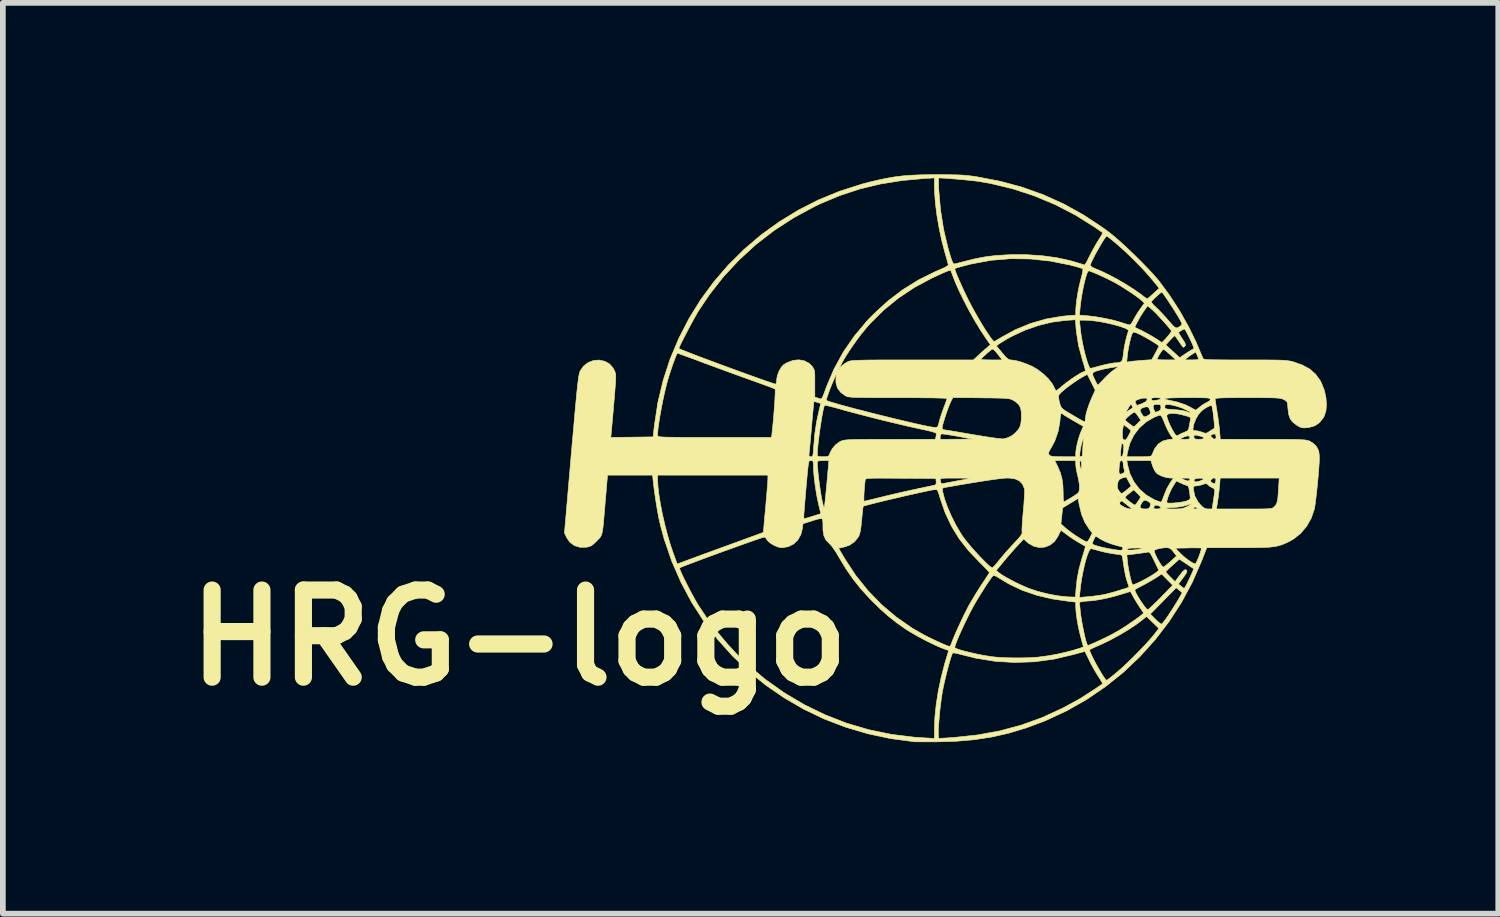
<source format=kicad_pcb>
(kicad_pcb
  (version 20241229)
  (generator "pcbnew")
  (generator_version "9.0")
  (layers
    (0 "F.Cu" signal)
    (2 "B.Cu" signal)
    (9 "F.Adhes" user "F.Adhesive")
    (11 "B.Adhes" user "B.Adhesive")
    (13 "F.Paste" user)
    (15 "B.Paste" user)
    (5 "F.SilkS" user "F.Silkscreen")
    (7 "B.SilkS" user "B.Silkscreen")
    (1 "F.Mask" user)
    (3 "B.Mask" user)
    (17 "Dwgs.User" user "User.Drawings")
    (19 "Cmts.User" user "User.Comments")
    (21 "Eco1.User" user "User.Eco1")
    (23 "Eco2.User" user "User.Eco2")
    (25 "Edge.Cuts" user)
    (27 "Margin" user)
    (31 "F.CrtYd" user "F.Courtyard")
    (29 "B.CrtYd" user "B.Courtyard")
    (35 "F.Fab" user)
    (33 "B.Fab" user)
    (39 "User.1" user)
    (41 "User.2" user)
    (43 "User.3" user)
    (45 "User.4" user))
  (footprint "HRG-logo"
    (layer "F.Cu")
    (at 13.331 4.956)
    (property "Reference" "HRG-logo" (at -7.3 3.15 0) (layer "F.SilkS") (effects (font (size 1.524 1.524) (thickness 0.3))))
    (attr through_hole)
    (fp_poly (pts (xy 0.147 -4.951) (xy 0.268 -4.949) (xy 0.368 -4.947) (xy 0.454 -4.943) (xy 0.531 -4.936) (xy 0.607 -4.928) (xy 0.686 -4.916) (xy 0.709 -4.913) (xy 1.115 -4.835) (xy 1.502 -4.731) (xy 1.872 -4.598) (xy 2.228 -4.437) (xy 2.574 -4.245) (xy 2.911 -4.022) (xy 3.009 -3.95) (xy 3.098 -3.879) (xy 3.204 -3.788) (xy 3.32 -3.682) (xy 3.441 -3.567) (xy 3.562 -3.448) (xy 3.676 -3.331) (xy 3.779 -3.222) (xy 3.864 -3.125) (xy 3.899 -3.082) (xy 4.082 -2.834) (xy 4.254 -2.568) (xy 4.409 -2.293) (xy 4.541 -2.022) (xy 4.559 -1.979) (xy 4.593 -1.899) (xy 4.623 -1.829) (xy 4.646 -1.774) (xy 4.658 -1.743) (xy 4.66 -1.74) (xy 4.664 -1.733) (xy 4.674 -1.727) (xy 4.691 -1.722) (xy 4.721 -1.718) (xy 4.764 -1.715) (xy 4.825 -1.713) (xy 4.905 -1.712) (xy 5.01 -1.711) (xy 5.14 -1.71) (xy 5.3 -1.71) (xy 5.395 -1.71) (xy 5.572 -1.71) (xy 5.719 -1.71) (xy 5.839 -1.709) (xy 5.936 -1.708) (xy 6.014 -1.706) (xy 6.075 -1.703) (xy 6.123 -1.699) (xy 6.163 -1.694) (xy 6.196 -1.688) (xy 6.228 -1.68) (xy 6.244 -1.676) (xy 6.4 -1.621) (xy 6.528 -1.551) (xy 6.63 -1.462) (xy 6.71 -1.353) (xy 6.737 -1.3) (xy 6.784 -1.179) (xy 6.812 -1.055) (xy 6.822 -0.933) (xy 6.813 -0.823) (xy 6.784 -0.73) (xy 6.766 -0.696) (xy 6.698 -0.613) (xy 6.62 -0.559) (xy 6.526 -0.531) (xy 6.493 -0.526) (xy 6.432 -0.521) (xy 6.389 -0.525) (xy 6.351 -0.539) (xy 6.302 -0.569) (xy 6.299 -0.57) (xy 6.233 -0.621) (xy 6.189 -0.679) (xy 6.162 -0.752) (xy 6.149 -0.849) (xy 6.148 -0.86) (xy 6.143 -0.924) (xy 6.136 -0.963) (xy 6.123 -0.987) (xy 6.099 -1.004) (xy 6.075 -1.017) (xy 6.056 -1.026) (xy 6.034 -1.033) (xy 6.005 -1.039) (xy 5.967 -1.043) (xy 5.914 -1.046) (xy 5.844 -1.048) (xy 5.753 -1.049) (xy 5.636 -1.05) (xy 5.491 -1.05) (xy 5.442 -1.05) (xy 5.286 -1.05) (xy 5.16 -1.049) (xy 5.061 -1.048) (xy 4.987 -1.046) (xy 4.935 -1.043) (xy 4.901 -1.039) (xy 4.882 -1.034) (xy 4.875 -1.028) (xy 4.874 -1.026) (xy 4.877 -1.001) (xy 4.885 -0.95) (xy 4.895 -0.881) (xy 4.907 -0.81) (xy 4.922 -0.714) (xy 4.936 -0.61) (xy 4.948 -0.516) (xy 4.952 -0.47) (xy 4.964 -0.322) (xy 5.711 -0.321) (xy 5.891 -0.321) (xy 6.04 -0.321) (xy 6.162 -0.32) (xy 6.259 -0.319) (xy 6.336 -0.317) (xy 6.395 -0.314) (xy 6.439 -0.311) (xy 6.472 -0.306) (xy 6.497 -0.301) (xy 6.517 -0.294) (xy 6.527 -0.29) (xy 6.579 -0.259) (xy 6.624 -0.221) (xy 6.633 -0.212) (xy 6.656 -0.179) (xy 6.674 -0.146) (xy 6.687 -0.107) (xy 6.694 -0.06) (xy 6.697 0.001) (xy 6.695 0.081) (xy 6.688 0.183) (xy 6.678 0.312) (xy 6.671 0.385) (xy 6.66 0.507) (xy 6.647 0.623) (xy 6.635 0.728) (xy 6.624 0.814) (xy 6.614 0.877) (xy 6.609 0.902) (xy 6.555 1.059) (xy 6.474 1.201) (xy 6.371 1.323) (xy 6.248 1.421) (xy 6.172 1.465) (xy 6.113 1.493) (xy 6.059 1.516) (xy 6.006 1.534) (xy 5.951 1.548) (xy 5.887 1.558) (xy 5.812 1.566) (xy 5.721 1.57) (xy 5.61 1.573) (xy 5.474 1.574) (xy 5.308 1.575) (xy 5.289 1.575) (xy 4.728 1.575) (xy 4.638 1.806) (xy 4.477 2.175) (xy 4.287 2.529) (xy 4.069 2.866) (xy 3.826 3.183) (xy 3.558 3.48) (xy 3.268 3.755) (xy 2.956 4.005) (xy 2.626 4.23) (xy 2.277 4.428) (xy 1.913 4.597) (xy 1.877 4.612) (xy 1.565 4.728) (xy 1.263 4.819) (xy 0.962 4.887) (xy 0.653 4.934) (xy 0.33 4.961) (xy 0.082 4.969) (xy -0.035 4.971) (xy -0.146 4.971) (xy -0.243 4.971) (xy -0.322 4.97) (xy -0.376 4.969) (xy -0.392 4.968) (xy -0.804 4.913) (xy -1.204 4.828) (xy -1.591 4.713) (xy -1.965 4.57) (xy -2.322 4.399) (xy -2.663 4.201) (xy -2.986 3.979) (xy -3.29 3.732) (xy -3.573 3.463) (xy -3.834 3.171) (xy -4.071 2.859) (xy -4.284 2.527) (xy -4.471 2.176) (xy -4.579 1.928) (xy -4.493 1.928) (xy -4.491 1.947) (xy -4.474 1.99) (xy -4.446 2.053) (xy -4.408 2.131) (xy -4.364 2.218) (xy -4.317 2.31) (xy -4.267 2.403) (xy -4.219 2.49) (xy -4.174 2.567) (xy -4.159 2.591) (xy -4.009 2.816) (xy -3.838 3.043) (xy -3.654 3.262) (xy -3.465 3.465) (xy -3.313 3.611) (xy -2.994 3.878) (xy -2.659 4.115) (xy -2.31 4.322) (xy -1.947 4.498) (xy -1.572 4.644) (xy -1.185 4.758) (xy -0.788 4.84) (xy -0.381 4.89) (xy -0.239 4.899) (xy -0.175 4.903) (xy -0.115 4.906) (xy -0.091 4.908) (xy -0.036 4.911) (xy -0.036 4.801) (xy 0.032 4.801) (xy 0.033 4.864) (xy 0.038 4.901) (xy 0.044 4.91) (xy 0.065 4.909) (xy 0.113 4.906) (xy 0.182 4.902) (xy 0.267 4.896) (xy 0.311 4.893) (xy 0.717 4.85) (xy 1.106 4.779) (xy 1.483 4.678) (xy 1.848 4.546) (xy 2.205 4.382) (xy 2.481 4.232) (xy 2.544 4.194) (xy 2.619 4.146) (xy 2.7 4.094) (xy 2.778 4.043) (xy 2.845 3.997) (xy 2.895 3.962) (xy 2.907 3.953) (xy 2.9 3.938) (xy 2.879 3.902) (xy 2.847 3.85) (xy 2.825 3.816) (xy 2.774 3.734) (xy 2.721 3.639) (xy 2.675 3.551) (xy 2.67 3.539) (xy 2.64 3.476) (xy 2.615 3.426) (xy 2.6 3.396) (xy 2.597 3.391) (xy 2.581 3.393) (xy 2.538 3.404) (xy 2.475 3.421) (xy 2.399 3.442) (xy 2.392 3.444) (xy 2.054 3.524) (xy 1.713 3.57) (xy 1.371 3.582) (xy 1.03 3.562) (xy 0.69 3.507) (xy 0.439 3.445) (xy 0.373 3.428) (xy 0.32 3.417) (xy 0.288 3.415) (xy 0.283 3.416) (xy 0.271 3.441) (xy 0.253 3.492) (xy 0.231 3.565) (xy 0.206 3.653) (xy 0.181 3.751) (xy 0.156 3.852) (xy 0.133 3.95) (xy 0.114 4.041) (xy 0.108 4.071) (xy 0.091 4.172) (xy 0.076 4.283) (xy 0.062 4.397) (xy 0.051 4.511) (xy 0.042 4.62) (xy 0.035 4.718) (xy 0.032 4.801) (xy -0.036 4.801) (xy -0.036 4.745) (xy -0.028 4.542) (xy -0.005 4.317) (xy 0.032 4.081) (xy 0.082 3.843) (xy 0.142 3.61) (xy 0.156 3.562) (xy 0.214 3.373) (xy 0.112 3.336) (xy 0.07 3.319) (xy 0.319 3.319) (xy 0.335 3.333) (xy 0.379 3.351) (xy 0.446 3.372) (xy 0.53 3.394) (xy 0.627 3.417) (xy 0.731 3.44) (xy 0.836 3.46) (xy 0.938 3.476) (xy 1.014 3.486) (xy 1.118 3.495) (xy 1.246 3.5) (xy 1.386 3.502) (xy 1.527 3.501) (xy 1.659 3.497) (xy 1.77 3.489) (xy 1.789 3.487) (xy 1.961 3.464) (xy 2.139 3.431) (xy 2.309 3.391) (xy 2.428 3.358) (xy 2.428 3.358) (xy 2.68 3.358) (xy 2.681 3.378) (xy 2.698 3.421) (xy 2.726 3.481) (xy 2.762 3.553) (xy 2.803 3.63) (xy 2.847 3.706) (xy 2.889 3.777) (xy 2.926 3.836) (xy 2.956 3.877) (xy 2.975 3.894) (xy 2.976 3.895) (xy 2.993 3.884) (xy 3.03 3.856) (xy 3.083 3.814) (xy 3.146 3.762) (xy 3.157 3.753) (xy 3.243 3.678) (xy 3.34 3.587) (xy 3.444 3.486) (xy 3.547 3.381) (xy 3.645 3.279) (xy 3.73 3.185) (xy 3.797 3.106) (xy 3.811 3.089) (xy 3.89 2.986) (xy 3.675 2.777) (xy 3.627 2.816) (xy 3.506 2.909) (xy 3.362 3.005) (xy 3.204 3.1) (xy 3.042 3.188) (xy 2.885 3.264) (xy 2.855 3.277) (xy 2.786 3.307) (xy 2.729 3.333) (xy 2.691 3.351) (xy 2.68 3.358) (xy 2.428 3.358) (xy 2.49 3.338) (xy 2.538 3.322) (xy 2.565 3.312) (xy 2.568 3.311) (xy 2.566 3.294) (xy 2.555 3.252) (xy 2.539 3.192) (xy 2.529 3.156) (xy 2.501 3.049) (xy 2.476 2.93) (xy 2.456 2.811) (xy 2.442 2.701) (xy 2.436 2.612) (xy 2.436 2.605) (xy 2.436 2.528) (xy 2.501 2.528) (xy 2.512 2.648) (xy 2.521 2.734) (xy 2.535 2.829) (xy 2.553 2.927) (xy 2.572 3.024) (xy 2.591 3.114) (xy 2.61 3.19) (xy 2.628 3.247) (xy 2.642 3.28) (xy 2.649 3.285) (xy 2.666 3.279) (xy 2.708 3.261) (xy 2.769 3.235) (xy 2.84 3.203) (xy 2.935 3.158) (xy 3.039 3.106) (xy 3.137 3.053) (xy 3.183 3.027) (xy 3.248 2.987) (xy 3.321 2.94) (xy 3.396 2.889) (xy 3.469 2.839) (xy 3.533 2.793) (xy 3.583 2.754) (xy 3.606 2.735) (xy 3.741 2.735) (xy 3.829 2.824) (xy 3.874 2.867) (xy 3.911 2.898) (xy 3.933 2.912) (xy 3.934 2.912) (xy 3.95 2.899) (xy 3.98 2.863) (xy 4.019 2.81) (xy 4.057 2.756) (xy 4.109 2.676) (xy 4.163 2.592) (xy 4.21 2.515) (xy 4.231 2.481) (xy 4.299 2.362) (xy 4.246 2.318) (xy 4.192 2.275) (xy 3.967 2.505) (xy 3.741 2.735) (xy 3.606 2.735) (xy 3.614 2.728) (xy 3.621 2.718) (xy 3.612 2.701) (xy 3.589 2.665) (xy 3.564 2.629) (xy 3.518 2.559) (xy 3.465 2.471) (xy 3.402 2.357) (xy 3.393 2.342) (xy 3.378 2.345) (xy 3.336 2.357) (xy 3.276 2.376) (xy 3.213 2.395) (xy 3.11 2.425) (xy 2.998 2.453) (xy 2.887 2.476) (xy 2.785 2.494) (xy 2.701 2.504) (xy 2.664 2.506) (xy 2.605 2.51) (xy 2.555 2.517) (xy 2.501 2.528) (xy 2.436 2.528) (xy 2.436 2.526) (xy 2.339 2.516) (xy 2.035 2.472) (xy 1.912 2.444) (xy 2.5 2.444) (xy 2.648 2.432) (xy 2.737 2.423) (xy 2.834 2.41) (xy 2.919 2.396) (xy 2.925 2.395) (xy 2.979 2.383) (xy 3.047 2.365) (xy 3.122 2.344) (xy 3.198 2.321) (xy 3.227 2.312) (xy 3.469 2.312) (xy 3.478 2.342) (xy 3.501 2.389) (xy 3.535 2.447) (xy 3.575 2.51) (xy 3.615 2.569) (xy 3.652 2.618) (xy 3.68 2.65) (xy 3.694 2.659) (xy 3.712 2.647) (xy 3.749 2.615) (xy 3.801 2.566) (xy 3.864 2.505) (xy 3.923 2.445) (xy 4.132 2.231) (xy 4.036 2.133) (xy 3.939 2.035) (xy 3.827 2.108) (xy 3.751 2.154) (xy 3.665 2.203) (xy 3.592 2.242) (xy 3.535 2.271) (xy 3.492 2.296) (xy 3.47 2.31) (xy 3.469 2.312) (xy 3.227 2.312) (xy 3.268 2.3) (xy 3.323 2.281) (xy 3.359 2.268) (xy 3.367 2.262) (xy 3.362 2.245) (xy 3.349 2.205) (xy 3.335 2.163) (xy 3.319 2.11) (xy 3.304 2.047) (xy 3.289 1.969) (xy 3.272 1.869) (xy 3.255 1.751) (xy 3.25 1.723) (xy 3.238 1.706) (xy 3.226 1.701) (xy 3.33 1.701) (xy 3.341 1.824) (xy 3.349 1.885) (xy 3.362 1.96) (xy 3.378 2.04) (xy 3.395 2.115) (xy 3.412 2.176) (xy 3.426 2.216) (xy 3.429 2.221) (xy 3.446 2.221) (xy 3.487 2.206) (xy 3.544 2.18) (xy 3.612 2.146) (xy 3.683 2.108) (xy 3.751 2.068) (xy 3.802 2.036) (xy 3.848 2.004) (xy 3.856 1.997) (xy 4.011 1.997) (xy 4.022 2.014) (xy 4.051 2.046) (xy 4.092 2.088) (xy 4.173 2.168) (xy 4.254 2.058) (xy 4.304 1.995) (xy 4.34 1.963) (xy 4.359 1.958) (xy 4.378 1.972) (xy 4.38 1.995) (xy 4.362 2.032) (xy 4.324 2.087) (xy 4.307 2.109) (xy 4.232 2.21) (xy 4.278 2.248) (xy 4.311 2.273) (xy 4.333 2.286) (xy 4.334 2.286) (xy 4.345 2.272) (xy 4.367 2.233) (xy 4.396 2.175) (xy 4.425 2.115) (xy 4.456 2.047) (xy 4.481 1.991) (xy 4.496 1.954) (xy 4.499 1.942) (xy 4.483 1.931) (xy 4.446 1.907) (xy 4.395 1.872) (xy 4.371 1.857) (xy 4.249 1.775) (xy 4.13 1.88) (xy 4.078 1.927) (xy 4.038 1.966) (xy 4.014 1.991) (xy 4.011 1.997) (xy 3.856 1.997) (xy 3.879 1.978) (xy 3.888 1.966) (xy 3.878 1.947) (xy 3.858 1.905) (xy 3.829 1.846) (xy 3.807 1.799) (xy 3.771 1.727) (xy 3.746 1.682) (xy 3.726 1.657) (xy 3.709 1.65) (xy 3.698 1.651) (xy 3.667 1.657) (xy 3.611 1.665) (xy 3.541 1.675) (xy 3.497 1.681) (xy 3.33 1.701) (xy 3.226 1.701) (xy 3.213 1.696) (xy 3.165 1.69) (xy 3.131 1.686) (xy 3.056 1.675) (xy 2.967 1.658) (xy 2.881 1.638) (xy 2.873 1.636) (xy 2.838 1.626) (xy 3.808 1.626) (xy 3.815 1.659) (xy 3.836 1.708) (xy 3.864 1.766) (xy 3.896 1.823) (xy 3.927 1.872) (xy 3.953 1.905) (xy 3.966 1.913) (xy 3.987 1.902) (xy 4.025 1.874) (xy 4.074 1.832) (xy 4.093 1.816) (xy 4.2 1.719) (xy 4.144 1.647) (xy 4.108 1.604) (xy 4.079 1.583) (xy 4.179 1.583) (xy 4.256 1.664) (xy 4.307 1.712) (xy 4.365 1.761) (xy 4.423 1.804) (xy 4.475 1.837) (xy 4.513 1.855) (xy 4.527 1.857) (xy 4.54 1.84) (xy 4.561 1.798) (xy 4.586 1.74) (xy 4.593 1.721) (xy 4.615 1.66) (xy 4.629 1.612) (xy 4.634 1.585) (xy 4.634 1.582) (xy 4.614 1.579) (xy 4.568 1.578) (xy 4.501 1.577) (xy 4.419 1.578) (xy 4.402 1.579) (xy 4.179 1.583) (xy 4.079 1.583) (xy 4.078 1.583) (xy 4.041 1.575) (xy 4.013 1.575) (xy 3.958 1.579) (xy 3.9 1.588) (xy 3.85 1.602) (xy 3.816 1.616) (xy 3.808 1.626) (xy 2.838 1.626) (xy 2.806 1.617) (xy 2.75 1.602) (xy 2.713 1.592) (xy 2.707 1.59) (xy 2.687 1.601) (xy 2.664 1.642) (xy 2.638 1.706) (xy 2.612 1.79) (xy 2.586 1.89) (xy 2.562 2) (xy 2.54 2.117) (xy 2.522 2.235) (xy 2.512 2.327) (xy 2.5 2.444) (xy 1.912 2.444) (xy 1.755 2.407) (xy 1.499 2.319) (xy 1.264 2.207) (xy 1.109 2.114) (xy 1.052 2.078) (xy 1.015 2.062) (xy 0.992 2.064) (xy 0.987 2.067) (xy 0.967 2.091) (xy 0.932 2.139) (xy 0.887 2.205) (xy 0.836 2.284) (xy 0.782 2.37) (xy 0.728 2.457) (xy 0.678 2.541) (xy 0.641 2.608) (xy 0.594 2.695) (xy 0.545 2.792) (xy 0.495 2.895) (xy 0.447 2.997) (xy 0.403 3.095) (xy 0.366 3.181) (xy 0.339 3.252) (xy 0.323 3.301) (xy 0.319 3.319) (xy 0.07 3.319) (xy 0.018 3.298) (xy -0.094 3.245) (xy -0.216 3.184) (xy -0.338 3.118) (xy -0.451 3.053) (xy -0.536 3) (xy -0.694 2.889) (xy -0.839 2.774) (xy -0.982 2.648) (xy -1.132 2.501) (xy -1.163 2.469) (xy -1.322 2.295) (xy -1.46 2.122) (xy -1.587 1.938) (xy -1.704 1.744) (xy -1.757 1.655) (xy -1.805 1.583) (xy -1.713 1.583) (xy -1.602 1.771) (xy -1.412 2.06) (xy -1.197 2.327) (xy -0.96 2.571) (xy -0.702 2.789) (xy -0.426 2.981) (xy -0.231 3.093) (xy -0.153 3.133) (xy -0.069 3.174) (xy 0.016 3.214) (xy 0.094 3.25) (xy 0.161 3.278) (xy 0.208 3.296) (xy 0.229 3.301) (xy 0.246 3.287) (xy 0.259 3.257) (xy 0.274 3.214) (xy 0.301 3.147) (xy 0.337 3.062) (xy 0.38 2.966) (xy 0.427 2.866) (xy 0.474 2.766) (xy 0.52 2.675) (xy 0.56 2.597) (xy 0.567 2.584) (xy 0.616 2.5) (xy 0.675 2.401) (xy 0.738 2.3) (xy 0.791 2.218) (xy 0.839 2.147) (xy 0.879 2.085) (xy 0.909 2.039) (xy 0.924 2.014) (xy 0.926 2.012) (xy 0.916 1.996) (xy 0.895 1.973) (xy 1.045 1.973) (xy 1.098 2.017) (xy 1.144 2.049) (xy 1.214 2.091) (xy 1.3 2.138) (xy 1.394 2.187) (xy 1.49 2.232) (xy 1.579 2.271) (xy 1.606 2.283) (xy 1.766 2.337) (xy 1.943 2.382) (xy 2.122 2.416) (xy 2.291 2.434) (xy 2.345 2.436) (xy 2.431 2.438) (xy 2.442 2.289) (xy 2.46 2.12) (xy 2.493 1.949) (xy 2.543 1.766) (xy 2.557 1.722) (xy 2.578 1.653) (xy 2.594 1.597) (xy 2.603 1.561) (xy 2.603 1.551) (xy 2.587 1.541) (xy 2.548 1.518) (xy 2.525 1.504) (xy 2.724 1.504) (xy 2.74 1.518) (xy 2.783 1.536) (xy 2.849 1.555) (xy 2.931 1.574) (xy 3.024 1.593) (xy 3.123 1.61) (xy 3.22 1.623) (xy 3.226 1.623) (xy 3.248 1.612) (xy 3.253 1.603) (xy 3.333 1.603) (xy 3.349 1.615) (xy 3.395 1.618) (xy 3.467 1.612) (xy 3.563 1.597) (xy 3.596 1.591) (xy 3.618 1.586) (xy 3.612 1.582) (xy 3.576 1.58) (xy 3.507 1.579) (xy 3.499 1.58) (xy 3.419 1.581) (xy 3.368 1.585) (xy 3.341 1.593) (xy 3.333 1.603) (xy 3.253 1.603) (xy 3.256 1.598) (xy 3.262 1.579) (xy 3.259 1.568) (xy 3.24 1.559) (xy 3.197 1.548) (xy 3.177 1.543) (xy 3.067 1.511) (xy 2.963 1.472) (xy 2.877 1.429) (xy 2.85 1.412) (xy 2.812 1.388) (xy 2.787 1.375) (xy 2.783 1.375) (xy 2.769 1.398) (xy 2.75 1.437) (xy 2.733 1.476) (xy 2.724 1.502) (xy 2.724 1.504) (xy 2.525 1.504) (xy 2.495 1.487) (xy 2.476 1.476) (xy 2.404 1.432) (xy 2.33 1.382) (xy 2.269 1.338) (xy 2.268 1.337) (xy 2.222 1.302) (xy 2.189 1.279) (xy 2.175 1.273) (xy 2.166 1.29) (xy 2.147 1.329) (xy 2.125 1.376) (xy 2.066 1.464) (xy 1.989 1.527) (xy 1.9 1.563) (xy 1.804 1.572) (xy 1.708 1.552) (xy 1.617 1.502) (xy 1.589 1.48) (xy 1.526 1.422) (xy 1.419 1.536) (xy 1.363 1.598) (xy 1.295 1.675) (xy 1.225 1.756) (xy 1.179 1.811) (xy 1.045 1.973) (xy 0.895 1.973) (xy 0.886 1.962) (xy 0.839 1.914) (xy 0.781 1.855) (xy 0.751 1.826) (xy 0.558 1.623) (xy 0.395 1.415) (xy 0.261 1.196) (xy 0.151 0.961) (xy 0.063 0.705) (xy 0.06 0.694) (xy 0.039 0.625) (xy 0.023 0.583) (xy 0.009 0.562) (xy -0.007 0.555) (xy -0.022 0.556) (xy -0.066 0.563) (xy -0.135 0.577) (xy -0.224 0.596) (xy -0.329 0.619) (xy -0.446 0.645) (xy -0.57 0.673) (xy -0.696 0.703) (xy -0.821 0.732) (xy -0.939 0.76) (xy -1.047 0.787) (xy -1.139 0.81) (xy -1.212 0.829) (xy -1.261 0.842) (xy -1.281 0.85) (xy -1.281 0.85) (xy -1.285 0.868) (xy -1.291 0.914) (xy -1.298 0.981) (xy -1.306 1.063) (xy -1.308 1.088) (xy -1.319 1.195) (xy -1.33 1.273) (xy -1.343 1.33) (xy -1.358 1.371) (xy -1.364 1.382) (xy -1.431 1.468) (xy -1.521 1.531) (xy -1.619 1.564) (xy -1.713 1.583) (xy -1.805 1.583) (xy -1.807 1.58) (xy -1.85 1.525) (xy -1.874 1.502) (xy -1.933 1.441) (xy -1.969 1.366) (xy -1.985 1.271) (xy -1.986 1.211) (xy -1.986 1.149) (xy -1.99 1.099) (xy -1.996 1.072) (xy -1.996 1.072) (xy -2.012 1.065) (xy -2.046 1.068) (xy -2.103 1.082) (xy -2.172 1.103) (xy -2.335 1.155) (xy -2.345 1.237) (xy -2.373 1.347) (xy -2.426 1.44) (xy -2.501 1.511) (xy -2.595 1.557) (xy -2.702 1.575) (xy -2.71 1.575) (xy -2.765 1.565) (xy -2.83 1.539) (xy -2.893 1.503) (xy -2.944 1.463) (xy -2.969 1.43) (xy -2.99 1.399) (xy -3.009 1.389) (xy -3.032 1.394) (xy -3.082 1.41) (xy -3.156 1.435) (xy -3.25 1.468) (xy -3.36 1.507) (xy -3.482 1.55) (xy -3.611 1.597) (xy -3.745 1.645) (xy -3.879 1.694) (xy -4.01 1.742) (xy -4.132 1.787) (xy -4.243 1.829) (xy -4.338 1.865) (xy -4.414 1.894) (xy -4.467 1.916) (xy -4.492 1.927) (xy -4.493 1.928) (xy -4.579 1.928) (xy -4.631 1.809) (xy -4.763 1.424) (xy -4.829 1.179) (xy -4.858 1.051) (xy -4.886 0.898) (xy -4.913 0.73) (xy -4.938 0.555) (xy -4.956 0.402) (xy -4.966 0.305) (xy -4.879 0.305) (xy -4.879 0.377) (xy -4.872 0.5) (xy -4.855 0.648) (xy -4.828 0.815) (xy -4.793 0.993) (xy -4.751 1.175) (xy -4.704 1.356) (xy -4.653 1.529) (xy -4.599 1.686) (xy -4.597 1.692) (xy -4.535 1.86) (xy -4.398 1.809) (xy -4.351 1.791) (xy -4.276 1.764) (xy -4.179 1.728) (xy -4.064 1.685) (xy -3.934 1.638) (xy -3.796 1.587) (xy -3.652 1.535) (xy -3.644 1.532) (xy -3.028 1.307) (xy -3.022 1.233) (xy -3.018 1.195) (xy -3.013 1.128) (xy -3.005 1.041) (xy -3.004 1.029) (xy -2.321 1.029) (xy -2.32 1.051) (xy -2.318 1.063) (xy -2.314 1.067) (xy -2.312 1.067) (xy -2.292 1.062) (xy -2.248 1.049) (xy -2.188 1.031) (xy -2.162 1.023) (xy -2.023 0.98) (xy -2.061 0.821) (xy -2.084 0.716) (xy -2.105 0.596) (xy -2.124 0.47) (xy -2.139 0.347) (xy -2.149 0.238) (xy -2.153 0.151) (xy -2.153 0.151) (xy -2.154 0.095) (xy -2.158 0.072) (xy -2.085 0.072) (xy -2.082 0.151) (xy -2.073 0.253) (xy -2.06 0.368) (xy -2.044 0.489) (xy -2.027 0.606) (xy -2.009 0.712) (xy -1.991 0.798) (xy -1.98 0.838) (xy -1.975 0.855) (xy -1.971 0.866) (xy -1.967 0.869) (xy -1.963 0.861) (xy -1.958 0.841) (xy -1.953 0.804) (xy -1.947 0.748) (xy -1.944 0.722) (xy -1.27 0.722) (xy -1.269 0.755) (xy -1.267 0.762) (xy -1.248 0.758) (xy -1.202 0.747) (xy -1.133 0.731) (xy -1.048 0.71) (xy -0.95 0.686) (xy -0.947 0.685) (xy -0.823 0.655) (xy -0.683 0.622) (xy -0.543 0.59) (xy -0.415 0.562) (xy -0.358 0.55) (xy -0.343 0.547) (xy 0.103 0.547) (xy 0.107 0.584) (xy 0.107 0.587) (xy 0.14 0.718) (xy 0.193 0.866) (xy 0.261 1.023) (xy 0.341 1.181) (xy 0.431 1.333) (xy 0.457 1.374) (xy 0.497 1.428) (xy 0.55 1.494) (xy 0.612 1.568) (xy 0.68 1.644) (xy 0.749 1.719) (xy 0.816 1.788) (xy 0.876 1.848) (xy 0.926 1.894) (xy 0.962 1.921) (xy 0.978 1.927) (xy 0.994 1.913) (xy 1.027 1.877) (xy 1.069 1.827) (xy 1.105 1.783) (xy 1.165 1.711) (xy 1.238 1.627) (xy 1.313 1.544) (xy 1.361 1.493) (xy 1.424 1.425) (xy 1.465 1.377) (xy 1.489 1.342) (xy 1.498 1.317) (xy 1.497 1.301) (xy 1.495 1.272) (xy 1.497 1.216) (xy 1.501 1.158) (xy 2.177 1.158) (xy 2.258 1.231) (xy 2.303 1.268) (xy 2.362 1.312) (xy 2.428 1.358) (xy 2.495 1.401) (xy 2.556 1.438) (xy 2.603 1.463) (xy 2.63 1.473) (xy 2.631 1.473) (xy 2.648 1.459) (xy 2.672 1.423) (xy 2.687 1.396) (xy 2.725 1.318) (xy 2.676 1.256) (xy 2.596 1.132) (xy 2.537 0.99) (xy 2.498 0.826) (xy 2.493 0.799) (xy 3.203 0.799) (xy 3.206 0.812) (xy 3.234 0.837) (xy 3.28 0.863) (xy 3.333 0.885) (xy 3.378 0.896) (xy 3.384 0.896) (xy 3.427 0.896) (xy 3.385 0.867) (xy 3.373 0.858) (xy 3.562 0.858) (xy 3.573 0.883) (xy 3.612 0.895) (xy 3.658 0.897) (xy 3.701 0.893) (xy 3.711 0.886) (xy 3.801 0.886) (xy 3.818 0.895) (xy 3.86 0.897) (xy 3.908 0.892) (xy 3.914 0.887) (xy 4.003 0.887) (xy 4.024 0.893) (xy 4.079 0.896) (xy 4.144 0.897) (xy 4.225 0.896) (xy 4.283 0.89) (xy 4.322 0.881) (xy 4.493 0.881) (xy 4.499 0.893) (xy 4.527 0.897) (xy 4.557 0.892) (xy 4.561 0.881) (xy 4.537 0.865) (xy 4.527 0.864) (xy 4.499 0.874) (xy 4.493 0.881) (xy 4.322 0.881) (xy 4.329 0.879) (xy 4.376 0.859) (xy 4.384 0.855) (xy 4.43 0.831) (xy 4.46 0.813) (xy 4.468 0.807) (xy 4.453 0.809) (xy 4.416 0.819) (xy 4.371 0.834) (xy 4.297 0.853) (xy 4.208 0.866) (xy 4.142 0.871) (xy 4.062 0.875) (xy 4.016 0.881) (xy 4.003 0.887) (xy 3.914 0.887) (xy 3.926 0.876) (xy 3.926 0.874) (xy 3.911 0.853) (xy 3.874 0.836) (xy 3.831 0.83) (xy 3.811 0.844) (xy 3.803 0.864) (xy 3.801 0.886) (xy 3.711 0.886) (xy 3.725 0.876) (xy 3.737 0.848) (xy 3.746 0.813) (xy 3.736 0.79) (xy 3.703 0.765) (xy 3.701 0.764) (xy 3.659 0.744) (xy 3.628 0.748) (xy 3.599 0.779) (xy 3.576 0.818) (xy 3.562 0.858) (xy 3.373 0.858) (xy 3.344 0.836) (xy 3.297 0.798) (xy 3.289 0.792) (xy 3.254 0.764) (xy 3.232 0.757) (xy 3.216 0.77) (xy 3.203 0.799) (xy 2.493 0.799) (xy 2.478 0.713) (xy 2.343 0.795) (xy 2.207 0.877) (xy 2.192 1.017) (xy 2.177 1.158) (xy 1.501 1.158) (xy 1.502 1.138) (xy 1.509 1.043) (xy 1.518 0.938) (xy 1.519 0.924) (xy 1.529 0.816) (xy 1.535 0.718) (xy 1.54 0.636) (xy 1.541 0.575) (xy 1.539 0.542) (xy 1.538 0.541) (xy 1.504 0.461) (xy 1.451 0.406) (xy 1.376 0.371) (xy 1.275 0.357) (xy 1.236 0.356) (xy 1.186 0.359) (xy 1.106 0.367) (xy 1 0.381) (xy 0.872 0.4) (xy 0.725 0.423) (xy 0.564 0.449) (xy 0.391 0.478) (xy 0.21 0.51) (xy 0.153 0.52) (xy 0.115 0.529) (xy 0.103 0.547) (xy -0.343 0.547) (xy -0.263 0.53) (xy -0.176 0.511) (xy -0.105 0.496) (xy -0.057 0.486) (xy -0.039 0.482) (xy -0.012 0.47) (xy -0.004 0.442) (xy -0.006 0.419) (xy -0.009 0.38) (xy 0.065 0.38) (xy 0.069 0.407) (xy 0.078 0.438) (xy 0.087 0.456) (xy 0.088 0.457) (xy 0.105 0.454) (xy 0.149 0.446) (xy 0.215 0.433) (xy 0.298 0.418) (xy 0.353 0.407) (xy 0.616 0.359) (xy 0.341 0.357) (xy 0.236 0.357) (xy 0.16 0.358) (xy 0.11 0.361) (xy 0.081 0.366) (xy 0.067 0.374) (xy 0.065 0.38) (xy -0.009 0.38) (xy -0.011 0.364) (xy -0.623 0.36) (xy -0.784 0.359) (xy -0.914 0.358) (xy -1.017 0.358) (xy -1.095 0.359) (xy -1.153 0.361) (xy -1.193 0.363) (xy -1.22 0.367) (xy -1.235 0.373) (xy -1.242 0.379) (xy -1.245 0.385) (xy -1.25 0.416) (xy -1.256 0.469) (xy -1.261 0.534) (xy -1.266 0.603) (xy -1.269 0.668) (xy -1.27 0.722) (xy -1.944 0.722) (xy -1.939 0.671) (xy -1.929 0.57) (xy -1.917 0.442) (xy -1.903 0.285) (xy -1.892 0.165) (xy -1.882 0.051) (xy 2.069 0.051) (xy 2.118 0.148) (xy 2.166 0.26) (xy 2.196 0.371) (xy 2.212 0.494) (xy 2.216 0.606) (xy 2.217 0.678) (xy 2.22 0.734) (xy 2.225 0.767) (xy 2.229 0.774) (xy 2.248 0.763) (xy 2.289 0.739) (xy 2.343 0.708) (xy 2.351 0.703) (xy 2.364 0.695) (xy 3.3 0.695) (xy 3.312 0.711) (xy 3.343 0.74) (xy 3.384 0.773) (xy 3.426 0.804) (xy 3.458 0.824) (xy 3.471 0.829) (xy 3.486 0.817) (xy 3.511 0.784) (xy 3.526 0.762) (xy 3.552 0.722) (xy 3.568 0.694) (xy 3.571 0.688) (xy 3.56 0.673) (xy 3.532 0.642) (xy 3.511 0.622) (xy 3.452 0.562) (xy 3.376 0.621) (xy 3.334 0.655) (xy 3.307 0.683) (xy 3.3 0.695) (xy 2.364 0.695) (xy 2.379 0.686) (xy 3.164 0.686) (xy 3.173 0.694) (xy 3.181 0.686) (xy 3.173 0.677) (xy 3.164 0.686) (xy 2.379 0.686) (xy 2.408 0.668) (xy 2.454 0.636) (xy 2.481 0.614) (xy 2.483 0.612) (xy 2.5 0.568) (xy 2.501 0.511) (xy 3.164 0.511) (xy 3.173 0.547) (xy 3.196 0.586) (xy 3.222 0.617) (xy 3.24 0.625) (xy 3.261 0.615) (xy 3.298 0.588) (xy 3.331 0.561) (xy 3.406 0.497) (xy 3.365 0.422) (xy 3.341 0.378) (xy 3.325 0.347) (xy 3.321 0.34) (xy 3.304 0.341) (xy 3.266 0.35) (xy 3.251 0.355) (xy 3.203 0.379) (xy 3.176 0.418) (xy 3.165 0.479) (xy 3.164 0.511) (xy 2.501 0.511) (xy 2.502 0.496) (xy 2.489 0.4) (xy 2.47 0.313) (xy 2.456 0.251) (xy 3.192 0.251) (xy 3.201 0.283) (xy 3.224 0.288) (xy 3.264 0.272) (xy 3.266 0.271) (xy 3.286 0.254) (xy 3.288 0.226) (xy 3.281 0.199) (xy 3.27 0.145) (xy 3.266 0.097) (xy 3.257 0.06) (xy 3.24 0.051) (xy 3.33 0.051) (xy 3.342 0.123) (xy 3.384 0.281) (xy 3.455 0.424) (xy 3.552 0.551) (xy 3.672 0.655) (xy 3.811 0.735) (xy 3.841 0.747) (xy 3.888 0.765) (xy 3.921 0.776) (xy 3.929 0.778) (xy 3.933 0.773) (xy 4.028 0.773) (xy 4.032 0.787) (xy 4.049 0.794) (xy 4.085 0.795) (xy 4.146 0.793) (xy 4.167 0.791) (xy 4.243 0.784) (xy 4.315 0.772) (xy 4.369 0.759) (xy 4.375 0.757) (xy 4.419 0.738) (xy 4.437 0.717) (xy 4.438 0.692) (xy 4.427 0.602) (xy 4.417 0.541) (xy 4.408 0.506) (xy 4.404 0.501) (xy 4.493 0.501) (xy 4.498 0.574) (xy 4.521 0.674) (xy 4.574 0.772) (xy 4.63 0.838) (xy 4.675 0.877) (xy 4.717 0.894) (xy 4.755 0.897) (xy 4.821 0.897) (xy 4.897 0.897) (xy 5.382 0.897) (xy 5.523 0.897) (xy 5.634 0.897) (xy 5.719 0.896) (xy 5.782 0.894) (xy 5.827 0.891) (xy 5.858 0.886) (xy 5.879 0.88) (xy 5.894 0.872) (xy 5.905 0.862) (xy 5.93 0.835) (xy 5.948 0.806) (xy 5.961 0.766) (xy 5.971 0.71) (xy 5.978 0.631) (xy 5.983 0.555) (xy 5.995 0.356) (xy 4.963 0.356) (xy 4.951 0.494) (xy 4.942 0.584) (xy 4.93 0.682) (xy 4.918 0.765) (xy 4.897 0.897) (xy 4.821 0.897) (xy 4.84 0.775) (xy 4.85 0.705) (xy 4.86 0.642) (xy 4.867 0.599) (xy 4.868 0.56) (xy 4.85 0.538) (xy 4.825 0.526) (xy 4.779 0.5) (xy 4.746 0.473) (xy 4.718 0.452) (xy 4.687 0.458) (xy 4.684 0.459) (xy 4.647 0.473) (xy 4.593 0.486) (xy 4.572 0.489) (xy 4.493 0.501) (xy 4.404 0.501) (xy 4.397 0.492) (xy 4.394 0.491) (xy 4.369 0.484) (xy 4.325 0.467) (xy 4.285 0.449) (xy 4.196 0.407) (xy 4.146 0.486) (xy 4.111 0.547) (xy 4.079 0.616) (xy 4.051 0.685) (xy 4.033 0.743) (xy 4.028 0.773) (xy 3.933 0.773) (xy 3.94 0.764) (xy 3.956 0.726) (xy 3.969 0.69) (xy 4.026 0.546) (xy 4.094 0.428) (xy 4.107 0.411) (xy 4.146 0.358) (xy 4.273 0.358) (xy 4.341 0.39) (xy 4.393 0.407) (xy 4.423 0.401) (xy 4.426 0.394) (xy 4.505 0.394) (xy 4.513 0.418) (xy 4.547 0.423) (xy 4.607 0.408) (xy 4.612 0.407) (xy 4.792 0.407) (xy 4.806 0.427) (xy 4.815 0.434) (xy 4.85 0.454) (xy 4.87 0.45) (xy 4.881 0.43) (xy 4.888 0.385) (xy 4.873 0.358) (xy 4.843 0.355) (xy 4.808 0.38) (xy 4.805 0.383) (xy 4.792 0.407) (xy 4.612 0.407) (xy 4.618 0.405) (xy 4.659 0.385) (xy 4.669 0.37) (xy 4.647 0.36) (xy 4.595 0.359) (xy 4.591 0.359) (xy 4.538 0.366) (xy 4.511 0.38) (xy 4.505 0.394) (xy 4.426 0.394) (xy 4.434 0.37) (xy 4.434 0.368) (xy 4.419 0.361) (xy 4.38 0.357) (xy 4.354 0.357) (xy 4.273 0.358) (xy 4.146 0.358) (xy 4.148 0.356) (xy 4.09 0.356) (xy 4.017 0.346) (xy 3.94 0.322) (xy 3.873 0.288) (xy 3.846 0.267) (xy 3.819 0.23) (xy 3.792 0.176) (xy 3.779 0.141) (xy 3.751 0.051) (xy 3.33 0.051) (xy 3.24 0.051) (xy 3.222 0.055) (xy 3.209 0.07) (xy 3.202 0.105) (xy 3.196 0.164) (xy 3.194 0.191) (xy 3.192 0.251) (xy 2.456 0.251) (xy 2.453 0.241) (xy 2.441 0.172) (xy 2.436 0.12) (xy 2.436 0.116) (xy 2.436 0.103) (xy 2.505 0.103) (xy 2.512 0.154) (xy 2.514 0.165) (xy 2.526 0.197) (xy 2.533 0.196) (xy 2.537 0.162) (xy 2.538 0.127) (xy 2.534 0.082) (xy 2.526 0.054) (xy 2.521 0.051) (xy 2.508 0.065) (xy 2.505 0.103) (xy 2.436 0.103) (xy 2.436 0.051) (xy 2.069 0.051) (xy -1.882 0.051) (xy -1.983 0.051) (xy -2.047 0.054) (xy -2.08 0.063) (xy -2.085 0.072) (xy -2.158 0.072) (xy -2.159 0.065) (xy -2.172 0.053) (xy -2.194 0.051) (xy -2.206 0.051) (xy -2.216 0.052) (xy -2.225 0.058) (xy -2.232 0.073) (xy -2.238 0.099) (xy -2.244 0.141) (xy -2.251 0.201) (xy -2.259 0.282) (xy -2.269 0.389) (xy -2.281 0.524) (xy -2.289 0.615) (xy -2.3 0.75) (xy -2.309 0.856) (xy -2.315 0.935) (xy -2.319 0.991) (xy -2.321 1.029) (xy -3.004 1.029) (xy -2.995 0.938) (xy -2.985 0.827) (xy -2.982 0.792) (xy -2.972 0.68) (xy -2.964 0.577) (xy -2.956 0.487) (xy -2.951 0.417) (xy -2.949 0.373) (xy -2.949 0.365) (xy -2.949 0.305) (xy -4.879 0.305) (xy -4.966 0.305) (xy -5.754 0.305) (xy -5.792 0.749) (xy -5.805 0.907) (xy -5.816 1.036) (xy -5.825 1.137) (xy -5.833 1.217) (xy -5.842 1.277) (xy -5.851 1.322) (xy -5.862 1.356) (xy -5.875 1.382) (xy -5.891 1.403) (xy -5.911 1.424) (xy -5.936 1.449) (xy -5.944 1.458) (xy -5.996 1.508) (xy -6.035 1.538) (xy -6.073 1.555) (xy -6.118 1.565) (xy -6.127 1.566) (xy -6.237 1.567) (xy -6.332 1.538) (xy -6.41 1.482) (xy -6.468 1.4) (xy -6.47 1.395) (xy -6.507 1.316) (xy -6.391 -0.03) (xy -2.23 -0.03) (xy -2.214 -0.018) (xy -2.197 -0.017) (xy -2.18 -0.018) (xy -2.169 -0.027) (xy -2.161 -0.047) (xy -2.085 -0.047) (xy -2.08 -0.03) (xy -2.059 -0.021) (xy -2.016 -0.017) (xy -1.985 -0.017) (xy -1.929 -0.018) (xy -1.897 -0.024) (xy -1.88 -0.039) (xy -1.867 -0.069) (xy -1.867 -0.07) (xy 1.96 -0.07) (xy 1.97 -0.052) (xy 1.974 -0.047) (xy 1.99 -0.034) (xy 2.015 -0.026) (xy 2.054 -0.02) (xy 2.115 -0.018) (xy 2.202 -0.017) (xy 2.218 -0.017) (xy 2.436 -0.017) (xy 2.436 -0.057) (xy 2.506 -0.057) (xy 2.508 -0.028) (xy 2.519 -0.018) (xy 2.527 -0.017) (xy 2.549 -0.031) (xy 2.555 -0.064) (xy 2.555 -0.069) (xy 3.219 -0.069) (xy 3.22 -0.034) (xy 3.228 -0.019) (xy 3.237 -0.017) (xy 3.329 -0.017) (xy 3.544 -0.017) (xy 3.633 -0.017) (xy 3.695 -0.019) (xy 3.733 -0.024) (xy 3.755 -0.031) (xy 3.766 -0.042) (xy 3.768 -0.047) (xy 3.817 -0.158) (xy 3.88 -0.24) (xy 3.959 -0.292) (xy 4.054 -0.317) (xy 4.06 -0.318) (xy 4.117 -0.323) (xy 4.256 -0.323) (xy 4.345 -0.322) (xy 4.4 -0.324) (xy 4.427 -0.332) (xy 4.434 -0.348) (xy 4.423 -0.373) (xy 4.502 -0.373) (xy 4.508 -0.342) (xy 4.513 -0.333) (xy 4.538 -0.325) (xy 4.58 -0.322) (xy 4.627 -0.324) (xy 4.665 -0.33) (xy 4.679 -0.337) (xy 4.673 -0.355) (xy 4.635 -0.372) (xy 4.565 -0.389) (xy 4.562 -0.39) (xy 4.798 -0.39) (xy 4.801 -0.373) (xy 4.816 -0.354) (xy 4.852 -0.326) (xy 4.879 -0.327) (xy 4.891 -0.355) (xy 4.891 -0.363) (xy 4.883 -0.405) (xy 4.856 -0.417) (xy 4.823 -0.406) (xy 4.798 -0.39) (xy 4.562 -0.39) (xy 4.524 -0.395) (xy 4.505 -0.389) (xy 4.502 -0.373) (xy 4.423 -0.373) (xy 4.422 -0.376) (xy 4.388 -0.382) (xy 4.335 -0.364) (xy 4.321 -0.358) (xy 4.256 -0.323) (xy 4.117 -0.323) (xy 4.142 -0.326) (xy 4.085 -0.411) (xy 4.05 -0.472) (xy 4.014 -0.548) (xy 3.984 -0.621) (xy 3.959 -0.681) (xy 3.936 -0.725) (xy 3.93 -0.731) (xy 4.028 -0.731) (xy 4.036 -0.693) (xy 4.057 -0.635) (xy 4.086 -0.568) (xy 4.12 -0.5) (xy 4.152 -0.444) (xy 4.18 -0.402) (xy 4.199 -0.385) (xy 4.218 -0.386) (xy 4.24 -0.4) (xy 4.285 -0.424) (xy 4.34 -0.447) (xy 4.345 -0.449) (xy 4.388 -0.468) (xy 4.409 -0.495) (xy 4.41 -0.499) (xy 4.486 -0.499) (xy 4.492 -0.479) (xy 4.514 -0.473) (xy 4.529 -0.473) (xy 4.579 -0.466) (xy 4.634 -0.45) (xy 4.637 -0.449) (xy 4.684 -0.432) (xy 4.714 -0.428) (xy 4.741 -0.438) (xy 4.781 -0.464) (xy 4.822 -0.491) (xy 4.853 -0.509) (xy 4.859 -0.511) (xy 4.862 -0.529) (xy 4.861 -0.571) (xy 4.856 -0.631) (xy 4.849 -0.701) (xy 4.841 -0.772) (xy 4.831 -0.836) (xy 4.822 -0.885) (xy 4.814 -0.912) (xy 4.813 -0.913) (xy 4.793 -0.912) (xy 4.755 -0.896) (xy 4.708 -0.869) (xy 4.661 -0.837) (xy 4.64 -0.821) (xy 4.585 -0.76) (xy 4.537 -0.678) (xy 4.502 -0.589) (xy 4.492 -0.543) (xy 4.486 -0.499) (xy 4.41 -0.499) (xy 4.418 -0.536) (xy 4.428 -0.595) (xy 4.44 -0.65) (xy 4.44 -0.654) (xy 4.446 -0.684) (xy 4.439 -0.703) (xy 4.414 -0.717) (xy 4.363 -0.733) (xy 4.261 -0.759) (xy 4.172 -0.773) (xy 4.101 -0.774) (xy 4.052 -0.763) (xy 4.029 -0.74) (xy 4.028 -0.731) (xy 3.93 -0.731) (xy 3.918 -0.745) (xy 3.916 -0.745) (xy 3.889 -0.739) (xy 3.843 -0.722) (xy 3.804 -0.705) (xy 3.667 -0.626) (xy 3.549 -0.521) (xy 3.453 -0.395) (xy 3.383 -0.252) (xy 3.341 -0.095) (xy 3.34 -0.089) (xy 3.329 -0.017) (xy 3.237 -0.017) (xy 3.253 -0.029) (xy 3.264 -0.068) (xy 3.272 -0.122) (xy 3.276 -0.188) (xy 3.271 -0.226) (xy 3.262 -0.239) (xy 3.249 -0.247) (xy 3.241 -0.246) (xy 3.236 -0.231) (xy 3.231 -0.194) (xy 3.224 -0.131) (xy 3.219 -0.069) (xy 2.555 -0.069) (xy 2.556 -0.104) (xy 2.559 -0.165) (xy 2.563 -0.229) (xy 2.571 -0.347) (xy 2.547 -0.276) (xy 2.531 -0.216) (xy 2.517 -0.144) (xy 2.512 -0.111) (xy 2.506 -0.057) (xy 2.436 -0.057) (xy 2.436 -0.082) (xy 2.442 -0.144) (xy 2.458 -0.226) (xy 2.48 -0.315) (xy 2.507 -0.402) (xy 2.509 -0.407) (xy 3.251 -0.407) (xy 3.254 -0.355) (xy 3.264 -0.322) (xy 3.27 -0.316) (xy 3.294 -0.309) (xy 3.313 -0.315) (xy 3.333 -0.34) (xy 3.357 -0.383) (xy 3.382 -0.429) (xy 3.398 -0.462) (xy 3.401 -0.472) (xy 3.388 -0.488) (xy 3.357 -0.515) (xy 3.337 -0.53) (xy 3.274 -0.578) (xy 3.264 -0.53) (xy 3.254 -0.469) (xy 3.251 -0.407) (xy 2.509 -0.407) (xy 2.535 -0.473) (xy 2.569 -0.548) (xy 2.397 -0.647) (xy 2.327 -0.688) (xy 2.268 -0.723) (xy 2.226 -0.75) (xy 2.208 -0.763) (xy 2.191 -0.776) (xy 2.178 -0.77) (xy 2.17 -0.741) (xy 2.163 -0.685) (xy 2.161 -0.648) (xy 2.131 -0.469) (xy 2.071 -0.295) (xy 2.012 -0.183) (xy 1.979 -0.127) (xy 1.963 -0.092) (xy 1.96 -0.07) (xy -1.867 -0.07) (xy -1.865 -0.078) (xy -1.824 -0.156) (xy -1.762 -0.228) (xy -1.687 -0.282) (xy -1.67 -0.29) (xy -1.652 -0.297) (xy -1.631 -0.303) (xy -1.603 -0.308) (xy -1.566 -0.312) (xy -1.516 -0.315) (xy -1.45 -0.318) (xy -1.365 -0.319) (xy -1.258 -0.32) (xy -1.126 -0.321) (xy -0.966 -0.321) (xy -0.811 -0.321) (xy -0.02 -0.322) (xy -0.009 -0.364) (xy -0.009 -0.365) (xy 0.065 -0.365) (xy 0.065 -0.322) (xy 0.349 -0.323) (xy 0.633 -0.325) (xy 0.37 -0.374) (xy 0.279 -0.39) (xy 0.199 -0.403) (xy 0.136 -0.412) (xy 0.096 -0.416) (xy 0.086 -0.415) (xy 0.07 -0.394) (xy 0.065 -0.365) (xy -0.009 -0.365) (xy -0.004 -0.404) (xy -0.007 -0.428) (xy -0.026 -0.439) (xy -0.073 -0.454) (xy -0.143 -0.472) (xy -0.229 -0.491) (xy -0.259 -0.497) (xy -0.368 -0.521) (xy -0.383 -0.524) (xy 0.099 -0.524) (xy 0.108 -0.497) (xy 0.12 -0.49) (xy 0.142 -0.487) (xy 0.192 -0.479) (xy 0.268 -0.467) (xy 0.363 -0.451) (xy 0.474 -0.432) (xy 0.596 -0.411) (xy 0.624 -0.406) (xy 0.751 -0.385) (xy 0.87 -0.366) (xy 0.976 -0.35) (xy 1.064 -0.338) (xy 1.129 -0.331) (xy 1.167 -0.329) (xy 1.17 -0.329) (xy 1.223 -0.342) (xy 1.285 -0.367) (xy 1.31 -0.38) (xy 1.367 -0.422) (xy 1.418 -0.475) (xy 1.433 -0.495) (xy 1.457 -0.537) (xy 1.472 -0.58) (xy 1.481 -0.635) (xy 1.485 -0.705) (xy 1.484 -0.803) (xy 1.469 -0.876) (xy 1.436 -0.932) (xy 1.382 -0.979) (xy 1.349 -1) (xy 1.327 -1.012) (xy 1.306 -1.021) (xy 1.281 -1.029) (xy 1.248 -1.034) (xy 1.204 -1.038) (xy 1.143 -1.041) (xy 1.062 -1.043) (xy 0.957 -1.045) (xy 0.823 -1.046) (xy 0.782 -1.047) (xy 0.287 -1.052) (xy 0.251 -0.981) (xy 0.23 -0.934) (xy 0.204 -0.867) (xy 0.176 -0.79) (xy 0.149 -0.709) (xy 0.126 -0.634) (xy 0.108 -0.572) (xy 0.1 -0.531) (xy 0.099 -0.524) (xy -0.383 -0.524) (xy -0.504 -0.551) (xy -0.66 -0.588) (xy -0.829 -0.628) (xy -1.004 -0.671) (xy -1.179 -0.716) (xy -1.347 -0.759) (xy -1.503 -0.8) (xy -1.638 -0.837) (xy -1.692 -0.853) (xy -1.78 -0.877) (xy -1.856 -0.897) (xy -1.915 -0.91) (xy -1.95 -0.916) (xy -1.958 -0.915) (xy -1.97 -0.883) (xy -1.984 -0.823) (xy -2 -0.741) (xy -2.016 -0.643) (xy -2.033 -0.535) (xy -2.049 -0.423) (xy -2.063 -0.313) (xy -2.074 -0.211) (xy -2.082 -0.122) (xy -2.085 -0.052) (xy -2.085 -0.047) (xy -2.161 -0.047) (xy -2.161 -0.048) (xy -2.155 -0.087) (xy -2.151 -0.151) (xy -2.147 -0.208) (xy -2.128 -0.421) (xy -2.095 -0.638) (xy -2.052 -0.834) (xy -2.024 -0.948) (xy -2.081 -0.967) (xy -2.12 -0.978) (xy -2.142 -0.98) (xy -2.144 -0.98) (xy -2.146 -0.962) (xy -2.151 -0.915) (xy -2.158 -0.843) (xy -2.167 -0.751) (xy -2.176 -0.644) (xy -2.185 -0.542) (xy -2.195 -0.422) (xy -2.205 -0.311) (xy -2.214 -0.215) (xy -2.221 -0.137) (xy -2.227 -0.085) (xy -2.229 -0.064) (xy -2.23 -0.03) (xy -6.391 -0.03) (xy -6.388 -0.066) (xy -6.366 -0.317) (xy -6.346 -0.536) (xy -6.33 -0.726) (xy -6.315 -0.889) (xy -6.302 -1.028) (xy -6.291 -1.143) (xy -6.281 -1.238) (xy -6.272 -1.315) (xy -6.264 -1.377) (xy -6.257 -1.424) (xy -6.25 -1.46) (xy -6.244 -1.487) (xy -6.237 -1.507) (xy -6.232 -1.519) (xy -6.172 -1.603) (xy -6.093 -1.664) (xy -6 -1.7) (xy -5.902 -1.708) (xy -5.804 -1.687) (xy -5.798 -1.684) (xy -5.718 -1.639) (xy -5.661 -1.575) (xy -5.632 -1.522) (xy -5.623 -1.5) (xy -5.616 -1.478) (xy -5.612 -1.452) (xy -5.61 -1.417) (xy -5.611 -1.368) (xy -5.615 -1.302) (xy -5.622 -1.214) (xy -5.631 -1.099) (xy -5.639 -1.002) (xy -5.65 -0.876) (xy -5.66 -0.756) (xy -5.67 -0.647) (xy -5.678 -0.556) (xy -5.684 -0.488) (xy -5.687 -0.453) (xy -5.697 -0.355) (xy -5.327 -0.359) (xy -4.956 -0.364) (xy -4.954 -0.389) (xy -4.879 -0.389) (xy -4.878 -0.382) (xy -4.874 -0.376) (xy -4.865 -0.371) (xy -4.846 -0.367) (xy -4.817 -0.364) (xy -4.775 -0.361) (xy -4.716 -0.359) (xy -4.639 -0.358) (xy -4.541 -0.357) (xy -4.419 -0.356) (xy -4.271 -0.356) (xy -4.095 -0.356) (xy -3.887 -0.356) (xy -2.885 -0.356) (xy -2.875 -0.445) (xy -2.864 -0.55) (xy -2.853 -0.662) (xy -2.844 -0.776) (xy -2.835 -0.886) (xy -2.828 -0.987) (xy -2.827 -1.008) (xy -1.926 -1.008) (xy -1.926 -1.003) (xy -1.902 -0.992) (xy -1.85 -0.974) (xy -1.771 -0.951) (xy -1.671 -0.922) (xy -1.552 -0.89) (xy -1.419 -0.854) (xy -1.274 -0.817) (xy -1.123 -0.778) (xy -0.967 -0.739) (xy -0.812 -0.701) (xy -0.66 -0.664) (xy -0.516 -0.63) (xy -0.383 -0.599) (xy -0.264 -0.572) (xy -0.164 -0.551) (xy -0.085 -0.536) (xy -0.033 -0.527) (xy -0.019 -0.526) (xy 0.006 -0.529) (xy 0.022 -0.544) (xy 0.035 -0.579) (xy 0.046 -0.622) (xy 0.063 -0.684) (xy 0.088 -0.763) (xy 0.117 -0.845) (xy 0.126 -0.87) (xy 0.151 -0.936) (xy 0.171 -0.991) (xy 0.182 -1.026) (xy 0.184 -1.035) (xy 0.167 -1.038) (xy 0.12 -1.041) (xy 0.043 -1.043) (xy -0.059 -1.046) (xy -0.184 -1.047) (xy -0.33 -1.049) (xy -0.495 -1.05) (xy -0.672 -1.05) (xy -0.865 -1.05) (xy -1.027 -1.05) (xy -1.161 -1.051) (xy -1.27 -1.052) (xy -1.357 -1.053) (xy -1.425 -1.055) (xy -1.477 -1.058) (xy -1.516 -1.061) (xy -1.544 -1.066) (xy -1.565 -1.071) (xy -1.582 -1.078) (xy -1.584 -1.079) (xy 2.135 -1.079) (xy 2.136 -1.046) (xy 2.146 -0.993) (xy 2.148 -0.982) (xy 2.166 -0.916) (xy 2.188 -0.874) (xy 2.218 -0.845) (xy 2.255 -0.82) (xy 2.309 -0.787) (xy 2.373 -0.749) (xy 2.439 -0.71) (xy 2.501 -0.674) (xy 2.552 -0.646) (xy 2.584 -0.63) (xy 2.593 -0.627) (xy 2.601 -0.641) (xy 2.604 -0.663) (xy 3.3 -0.663) (xy 3.312 -0.647) (xy 3.342 -0.619) (xy 3.381 -0.588) (xy 3.419 -0.56) (xy 3.446 -0.544) (xy 3.452 -0.542) (xy 3.469 -0.553) (xy 3.5 -0.581) (xy 3.518 -0.599) (xy 3.574 -0.657) (xy 3.527 -0.726) (xy 3.497 -0.767) (xy 3.471 -0.792) (xy 3.461 -0.796) (xy 3.439 -0.786) (xy 3.402 -0.76) (xy 3.361 -0.727) (xy 3.325 -0.694) (xy 3.303 -0.67) (xy 3.3 -0.663) (xy 2.604 -0.663) (xy 2.605 -0.677) (xy 2.605 -0.682) (xy 2.613 -0.746) (xy 2.624 -0.789) (xy 3.311 -0.789) (xy 3.369 -0.83) (xy 3.38 -0.837) (xy 3.562 -0.837) (xy 3.569 -0.803) (xy 3.588 -0.77) (xy 3.616 -0.729) (xy 3.64 -0.714) (xy 3.671 -0.723) (xy 3.703 -0.74) (xy 3.736 -0.763) (xy 3.744 -0.786) (xy 3.736 -0.82) (xy 3.716 -0.869) (xy 3.693 -0.89) (xy 3.658 -0.889) (xy 3.632 -0.881) (xy 3.582 -0.861) (xy 3.562 -0.837) (xy 3.38 -0.837) (xy 3.406 -0.855) (xy 3.428 -0.871) (xy 3.431 -0.873) (xy 3.431 -0.889) (xy 3.427 -0.896) (xy 3.791 -0.896) (xy 3.797 -0.861) (xy 3.81 -0.824) (xy 3.826 -0.799) (xy 3.832 -0.796) (xy 3.852 -0.801) (xy 3.883 -0.812) (xy 3.916 -0.834) (xy 3.926 -0.873) (xy 3.926 -0.88) (xy 3.925 -0.891) (xy 3.994 -0.891) (xy 3.996 -0.872) (xy 4.005 -0.86) (xy 4.029 -0.852) (xy 4.073 -0.847) (xy 4.144 -0.843) (xy 4.151 -0.842) (xy 4.229 -0.835) (xy 4.304 -0.824) (xy 4.361 -0.812) (xy 4.375 -0.807) (xy 4.43 -0.787) (xy 4.455 -0.782) (xy 4.45 -0.791) (xy 4.414 -0.813) (xy 4.379 -0.831) (xy 4.295 -0.869) (xy 4.203 -0.9) (xy 4.115 -0.922) (xy 4.045 -0.931) (xy 4.041 -0.931) (xy 4.006 -0.926) (xy 3.994 -0.903) (xy 3.994 -0.891) (xy 3.925 -0.891) (xy 3.923 -0.913) (xy 3.909 -0.928) (xy 3.873 -0.931) (xy 3.858 -0.931) (xy 3.814 -0.929) (xy 3.795 -0.917) (xy 3.791 -0.896) (xy 3.427 -0.896) (xy 3.419 -0.914) (xy 3.405 -0.931) (xy 3.403 -0.931) (xy 3.388 -0.918) (xy 3.364 -0.884) (xy 3.351 -0.86) (xy 3.311 -0.789) (xy 2.624 -0.789) (xy 2.635 -0.831) (xy 2.668 -0.93) (xy 2.687 -0.976) (xy 3.476 -0.976) (xy 3.485 -0.95) (xy 3.501 -0.923) (xy 3.508 -0.914) (xy 3.524 -0.92) (xy 3.562 -0.934) (xy 3.596 -0.947) (xy 3.655 -0.976) (xy 3.685 -1.006) (xy 3.685 -1.024) (xy 3.757 -1.024) (xy 3.767 -1.005) (xy 3.802 -1) (xy 3.864 -1.008) (xy 3.873 -1.01) (xy 3.915 -1.022) (xy 3.923 -1.034) (xy 3.994 -1.034) (xy 4.009 -1.021) (xy 4.046 -1.01) (xy 4.057 -1.008) (xy 4.216 -0.973) (xy 4.357 -0.924) (xy 4.426 -0.89) (xy 4.477 -0.862) (xy 4.516 -0.841) (xy 4.533 -0.832) (xy 4.533 -0.832) (xy 4.548 -0.841) (xy 4.58 -0.866) (xy 4.608 -0.889) (xy 4.66 -0.928) (xy 4.712 -0.959) (xy 4.734 -0.969) (xy 4.776 -0.993) (xy 4.79 -1.019) (xy 4.788 -1.029) (xy 4.779 -1.036) (xy 4.76 -1.042) (xy 4.727 -1.046) (xy 4.674 -1.048) (xy 4.6 -1.049) (xy 4.498 -1.05) (xy 4.392 -1.05) (xy 4.264 -1.049) (xy 4.157 -1.047) (xy 4.075 -1.044) (xy 4.02 -1.04) (xy 3.995 -1.035) (xy 3.994 -1.034) (xy 3.923 -1.034) (xy 3.924 -1.035) (xy 3.904 -1.045) (xy 3.856 -1.05) (xy 3.841 -1.05) (xy 3.788 -1.047) (xy 3.762 -1.038) (xy 3.757 -1.024) (xy 3.685 -1.024) (xy 3.686 -1.03) (xy 3.659 -1.043) (xy 3.606 -1.041) (xy 3.577 -1.034) (xy 3.516 -1.015) (xy 3.484 -0.997) (xy 3.476 -0.976) (xy 2.687 -0.976) (xy 2.71 -1.034) (xy 2.723 -1.063) (xy 2.777 -1.181) (xy 2.708 -1.319) (xy 2.638 -1.458) (xy 2.541 -1.404) (xy 2.472 -1.362) (xy 2.394 -1.309) (xy 2.313 -1.251) (xy 2.241 -1.194) (xy 2.185 -1.146) (xy 2.167 -1.128) (xy 2.145 -1.102) (xy 2.135 -1.079) (xy -1.584 -1.079) (xy -1.591 -1.082) (xy -1.675 -1.142) (xy -1.732 -1.218) (xy -1.758 -1.309) (xy -1.759 -1.379) (xy -1.75 -1.465) (xy -1.792 -1.372) (xy -1.822 -1.303) (xy -1.852 -1.229) (xy -1.88 -1.155) (xy -1.903 -1.089) (xy -1.92 -1.038) (xy -1.926 -1.008) (xy -2.827 -1.008) (xy -2.824 -1.074) (xy -2.821 -1.142) (xy -2.821 -1.186) (xy -2.824 -1.201) (xy -2.844 -1.21) (xy -2.89 -1.229) (xy -2.96 -1.255) (xy -3.047 -1.287) (xy -3.148 -1.323) (xy -3.211 -1.346) (xy -3.332 -1.389) (xy -3.476 -1.441) (xy -3.633 -1.498) (xy -3.793 -1.557) (xy -3.948 -1.614) (xy -4.055 -1.653) (xy -4.173 -1.698) (xy -4.282 -1.738) (xy -4.376 -1.772) (xy -4.451 -1.8) (xy -4.503 -1.819) (xy -4.53 -1.828) (xy -4.532 -1.829) (xy -4.542 -1.814) (xy -4.56 -1.772) (xy -4.583 -1.711) (xy -4.611 -1.636) (xy -4.639 -1.554) (xy -4.667 -1.47) (xy -4.691 -1.392) (xy -4.722 -1.281) (xy -4.753 -1.153) (xy -4.783 -1.016) (xy -4.811 -0.876) (xy -4.836 -0.739) (xy -4.856 -0.613) (xy -4.871 -0.503) (xy -4.878 -0.417) (xy -4.879 -0.389) (xy -4.954 -0.389) (xy -4.934 -0.567) (xy -4.874 -0.963) (xy -4.782 -1.348) (xy -4.661 -1.722) (xy -4.581 -1.911) (xy -4.506 -1.911) (xy -4.491 -1.903) (xy -4.448 -1.884) (xy -4.379 -1.857) (xy -4.29 -1.822) (xy -4.183 -1.781) (xy -4.061 -1.735) (xy -3.93 -1.686) (xy -3.791 -1.634) (xy -3.649 -1.582) (xy -3.508 -1.53) (xy -3.37 -1.48) (xy -3.239 -1.433) (xy -3.12 -1.39) (xy -3.015 -1.353) (xy -2.928 -1.323) (xy -2.863 -1.301) (xy -2.823 -1.289) (xy -2.812 -1.287) (xy -2.803 -1.302) (xy -2.797 -1.34) (xy -2.796 -1.359) (xy -2.785 -1.431) (xy -2.755 -1.512) (xy -2.749 -1.523) (xy -2.714 -1.583) (xy -2.676 -1.624) (xy -2.619 -1.659) (xy -2.612 -1.663) (xy -2.509 -1.702) (xy -2.407 -1.712) (xy -2.312 -1.695) (xy -2.229 -1.652) (xy -2.176 -1.599) (xy -2.157 -1.572) (xy -2.144 -1.548) (xy -2.135 -1.52) (xy -2.13 -1.48) (xy -2.128 -1.422) (xy -2.128 -1.341) (xy -2.128 -1.298) (xy -2.128 -1.061) (xy -2.068 -1.041) (xy -2.044 -1.032) (xy -2.026 -1.028) (xy -2.011 -1.033) (xy -1.997 -1.052) (xy -1.981 -1.088) (xy -1.958 -1.147) (xy -1.927 -1.233) (xy -1.923 -1.245) (xy -1.793 -1.549) (xy -1.713 -1.549) (xy -1.704 -1.541) (xy -1.696 -1.549) (xy -1.704 -1.558) (xy -1.713 -1.549) (xy -1.793 -1.549) (xy -1.792 -1.552) (xy -1.784 -1.566) (xy -1.7 -1.566) (xy -1.651 -1.612) (xy -1.601 -1.65) (xy -1.544 -1.682) (xy -1.54 -1.684) (xy -1.523 -1.689) (xy -1.5 -1.694) (xy -1.468 -1.698) (xy -1.424 -1.701) (xy -1.365 -1.704) (xy -1.29 -1.706) (xy -1.196 -1.708) (xy -1.079 -1.709) (xy -0.938 -1.71) (xy -0.77 -1.71) (xy -0.573 -1.71) (xy -0.415 -1.71) (xy 0.646 -1.71) (xy 0.658 -1.721) (xy 0.777 -1.721) (xy 0.792 -1.717) (xy 0.835 -1.713) (xy 0.898 -1.711) (xy 0.964 -1.71) (xy 1.151 -1.71) (xy 1.072 -1.811) (xy 1.03 -1.863) (xy 1.002 -1.89) (xy 0.982 -1.899) (xy 0.965 -1.893) (xy 0.963 -1.892) (xy 0.928 -1.864) (xy 0.885 -1.827) (xy 0.841 -1.787) (xy 0.803 -1.752) (xy 0.78 -1.727) (xy 0.777 -1.721) (xy 0.658 -1.721) (xy 0.733 -1.791) (xy 0.788 -1.842) (xy 0.844 -1.891) (xy 0.882 -1.923) (xy 0.922 -1.956) (xy 1.048 -1.956) (xy 1.15 -1.833) (xy 1.202 -1.772) (xy 1.241 -1.735) (xy 1.271 -1.716) (xy 1.298 -1.71) (xy 1.37 -1.702) (xy 1.461 -1.68) (xy 1.56 -1.646) (xy 1.659 -1.604) (xy 1.671 -1.599) (xy 1.773 -1.539) (xy 1.871 -1.464) (xy 1.957 -1.381) (xy 2.022 -1.297) (xy 2.046 -1.254) (xy 2.069 -1.208) (xy 2.086 -1.176) (xy 2.092 -1.168) (xy 2.106 -1.179) (xy 2.141 -1.206) (xy 2.189 -1.245) (xy 2.217 -1.269) (xy 2.279 -1.318) (xy 2.349 -1.368) (xy 2.42 -1.417) (xy 2.487 -1.458) (xy 2.505 -1.469) (xy 2.731 -1.469) (xy 2.738 -1.433) (xy 2.763 -1.379) (xy 2.766 -1.373) (xy 2.791 -1.321) (xy 2.812 -1.284) (xy 2.822 -1.27) (xy 2.822 -1.27) (xy 2.836 -1.282) (xy 2.867 -1.313) (xy 2.91 -1.357) (xy 2.929 -1.379) (xy 2.987 -1.437) (xy 3.047 -1.492) (xy 3.1 -1.534) (xy 3.108 -1.539) (xy 3.148 -1.567) (xy 3.17 -1.586) (xy 3.171 -1.592) (xy 3.133 -1.588) (xy 3.072 -1.578) (xy 3.001 -1.565) (xy 2.929 -1.551) (xy 2.869 -1.536) (xy 2.851 -1.531) (xy 2.784 -1.511) (xy 2.745 -1.492) (xy 2.731 -1.469) (xy 2.505 -1.469) (xy 2.542 -1.49) (xy 2.579 -1.506) (xy 2.587 -1.507) (xy 2.599 -1.51) (xy 2.603 -1.524) (xy 2.599 -1.553) (xy 2.586 -1.603) (xy 2.563 -1.678) (xy 2.556 -1.7) (xy 2.487 -1.954) (xy 2.448 -2.193) (xy 2.441 -2.269) (xy 2.432 -2.405) (xy 2.502 -2.405) (xy 2.513 -2.282) (xy 2.529 -2.152) (xy 2.554 -2.007) (xy 2.586 -1.862) (xy 2.621 -1.731) (xy 2.635 -1.688) (xy 2.657 -1.623) (xy 2.674 -1.584) (xy 2.689 -1.566) (xy 2.706 -1.564) (xy 2.714 -1.566) (xy 2.745 -1.575) (xy 2.8 -1.589) (xy 2.869 -1.608) (xy 2.908 -1.618) (xy 2.987 -1.636) (xy 3.062 -1.651) (xy 3.121 -1.659) (xy 3.14 -1.659) (xy 3.191 -1.665) (xy 3.212 -1.672) (xy 3.328 -1.672) (xy 3.394 -1.683) (xy 3.442 -1.689) (xy 3.511 -1.695) (xy 3.589 -1.702) (xy 3.613 -1.704) (xy 3.766 -1.714) (xy 3.769 -1.72) (xy 3.858 -1.72) (xy 3.874 -1.716) (xy 3.916 -1.713) (xy 3.978 -1.711) (xy 4.024 -1.711) (xy 4.117 -1.711) (xy 4.341 -1.711) (xy 4.464 -1.711) (xy 4.523 -1.712) (xy 4.567 -1.715) (xy 4.586 -1.719) (xy 4.587 -1.719) (xy 4.581 -1.739) (xy 4.566 -1.778) (xy 4.562 -1.788) (xy 4.536 -1.848) (xy 4.485 -1.818) (xy 4.433 -1.784) (xy 4.387 -1.749) (xy 4.341 -1.711) (xy 4.117 -1.711) (xy 4.189 -1.712) (xy 4.087 -1.804) (xy 4.038 -1.847) (xy 3.997 -1.879) (xy 3.972 -1.896) (xy 3.968 -1.896) (xy 3.953 -1.883) (xy 3.929 -1.85) (xy 3.901 -1.807) (xy 3.876 -1.763) (xy 3.861 -1.73) (xy 3.858 -1.72) (xy 3.769 -1.72) (xy 3.829 -1.83) (xy 3.859 -1.886) (xy 3.881 -1.929) (xy 3.892 -1.952) (xy 3.892 -1.954) (xy 3.879 -1.967) (xy 3.869 -1.973) (xy 4.011 -1.973) (xy 4.133 -1.861) (xy 4.255 -1.75) (xy 4.363 -1.823) (xy 4.416 -1.858) (xy 4.459 -1.884) (xy 4.484 -1.896) (xy 4.486 -1.897) (xy 4.501 -1.91) (xy 4.502 -1.916) (xy 4.495 -1.941) (xy 4.477 -1.986) (xy 4.45 -2.043) (xy 4.42 -2.106) (xy 4.39 -2.165) (xy 4.364 -2.214) (xy 4.344 -2.245) (xy 4.337 -2.252) (xy 4.314 -2.243) (xy 4.276 -2.221) (xy 4.234 -2.191) (xy 4.24 -2.176) (xy 4.261 -2.141) (xy 4.293 -2.092) (xy 4.298 -2.083) (xy 4.335 -2.027) (xy 4.353 -1.99) (xy 4.355 -1.966) (xy 4.349 -1.955) (xy 4.327 -1.934) (xy 4.318 -1.931) (xy 4.304 -1.944) (xy 4.278 -1.979) (xy 4.245 -2.028) (xy 4.242 -2.032) (xy 4.208 -2.082) (xy 4.182 -2.118) (xy 4.168 -2.133) (xy 4.167 -2.134) (xy 4.152 -2.122) (xy 4.121 -2.092) (xy 4.084 -2.053) (xy 4.011 -1.973) (xy 3.869 -1.973) (xy 3.842 -1.992) (xy 3.789 -2.026) (xy 3.726 -2.064) (xy 3.66 -2.102) (xy 3.598 -2.136) (xy 3.549 -2.161) (xy 3.484 -2.189) (xy 3.445 -2.196) (xy 3.435 -2.192) (xy 3.421 -2.164) (xy 3.403 -2.111) (xy 3.385 -2.041) (xy 3.367 -1.961) (xy 3.352 -1.88) (xy 3.341 -1.807) (xy 3.339 -1.789) (xy 3.328 -1.672) (xy 3.212 -1.672) (xy 3.23 -1.678) (xy 3.237 -1.683) (xy 3.251 -1.713) (xy 3.263 -1.767) (xy 3.271 -1.832) (xy 3.283 -1.92) (xy 3.303 -2.022) (xy 3.328 -2.124) (xy 3.354 -2.208) (xy 3.358 -2.22) (xy 3.349 -2.238) (xy 3.311 -2.26) (xy 3.258 -2.28) (xy 3.472 -2.28) (xy 3.472 -2.28) (xy 3.579 -2.228) (xy 3.68 -2.175) (xy 3.768 -2.126) (xy 3.836 -2.085) (xy 3.85 -2.076) (xy 3.896 -2.045) (xy 3.93 -2.023) (xy 3.943 -2.016) (xy 3.958 -2.028) (xy 3.988 -2.058) (xy 4.028 -2.102) (xy 4.033 -2.109) (xy 4.072 -2.156) (xy 4.1 -2.194) (xy 4.11 -2.216) (xy 4.109 -2.217) (xy 4.094 -2.24) (xy 4.06 -2.282) (xy 4.014 -2.336) (xy 3.959 -2.397) (xy 3.901 -2.46) (xy 3.847 -2.518) (xy 3.8 -2.565) (xy 3.766 -2.596) (xy 3.693 -2.657) (xy 3.625 -2.56) (xy 3.591 -2.509) (xy 3.555 -2.449) (xy 3.522 -2.39) (xy 3.494 -2.337) (xy 3.476 -2.298) (xy 3.472 -2.28) (xy 3.258 -2.28) (xy 3.25 -2.284) (xy 3.17 -2.309) (xy 3.078 -2.333) (xy 2.978 -2.356) (xy 2.876 -2.376) (xy 2.776 -2.391) (xy 2.684 -2.401) (xy 2.611 -2.405) (xy 2.502 -2.405) (xy 2.432 -2.405) (xy 2.432 -2.413) (xy 2.251 -2.401) (xy 2.023 -2.371) (xy 1.788 -2.314) (xy 1.553 -2.232) (xy 1.327 -2.128) (xy 1.246 -2.084) (xy 1.184 -2.047) (xy 1.129 -2.013) (xy 1.091 -1.989) (xy 1.086 -1.985) (xy 1.048 -1.956) (xy 0.922 -1.956) (xy 0.944 -1.974) (xy 0.868 -2.083) (xy 0.77 -2.231) (xy 0.669 -2.398) (xy 0.569 -2.575) (xy 0.475 -2.756) (xy 0.39 -2.93) (xy 0.321 -3.089) (xy 0.301 -3.14) (xy 0.247 -3.282) (xy 0.194 -3.264) (xy 0.16 -3.251) (xy 0.103 -3.226) (xy 0.029 -3.192) (xy -0.054 -3.154) (xy -0.084 -3.14) (xy -0.384 -2.979) (xy -0.665 -2.792) (xy -0.924 -2.582) (xy -1.158 -2.349) (xy -1.242 -2.253) (xy -1.32 -2.157) (xy -1.401 -2.049) (xy -1.48 -1.936) (xy -1.554 -1.826) (xy -1.615 -1.727) (xy -1.657 -1.651) (xy -1.7 -1.566) (xy -1.784 -1.566) (xy -1.631 -1.846) (xy -1.438 -2.126) (xy -1.216 -2.391) (xy -1.104 -2.507) (xy -0.853 -2.738) (xy -0.59 -2.938) (xy -0.311 -3.111) (xy -0.014 -3.258) (xy 0.074 -3.295) (xy 0.103 -3.308) (xy 0.321 -3.308) (xy 0.323 -3.29) (xy 0.338 -3.246) (xy 0.364 -3.18) (xy 0.399 -3.099) (xy 0.44 -3.007) (xy 0.486 -2.907) (xy 0.535 -2.806) (xy 0.567 -2.741) (xy 0.62 -2.64) (xy 0.678 -2.535) (xy 0.738 -2.43) (xy 0.798 -2.329) (xy 0.856 -2.236) (xy 0.909 -2.156) (xy 0.953 -2.092) (xy 0.987 -2.05) (xy 1.008 -2.032) (xy 1.01 -2.032) (xy 1.027 -2.04) (xy 1.065 -2.063) (xy 1.118 -2.095) (xy 1.138 -2.107) (xy 1.383 -2.24) (xy 1.644 -2.347) (xy 1.917 -2.426) (xy 2.195 -2.474) (xy 2.289 -2.483) (xy 2.436 -2.494) (xy 2.436 -2.494) (xy 2.501 -2.494) (xy 2.64 -2.483) (xy 2.786 -2.465) (xy 2.942 -2.438) (xy 3.094 -2.405) (xy 3.228 -2.367) (xy 3.232 -2.365) (xy 3.295 -2.345) (xy 3.346 -2.33) (xy 3.377 -2.322) (xy 3.38 -2.322) (xy 3.398 -2.335) (xy 3.424 -2.37) (xy 3.445 -2.409) (xy 3.479 -2.47) (xy 3.523 -2.542) (xy 3.564 -2.602) (xy 3.638 -2.706) (xy 3.618 -2.723) (xy 3.757 -2.723) (xy 3.769 -2.704) (xy 3.799 -2.67) (xy 3.838 -2.633) (xy 3.883 -2.59) (xy 3.941 -2.529) (xy 4.004 -2.461) (xy 4.051 -2.407) (xy 4.109 -2.341) (xy 4.15 -2.297) (xy 4.18 -2.275) (xy 4.206 -2.27) (xy 4.232 -2.28) (xy 4.265 -2.303) (xy 4.272 -2.308) (xy 4.288 -2.322) (xy 4.293 -2.339) (xy 4.285 -2.365) (xy 4.262 -2.409) (xy 4.249 -2.432) (xy 4.219 -2.483) (xy 4.18 -2.546) (xy 4.135 -2.618) (xy 4.087 -2.691) (xy 4.041 -2.761) (xy 3.999 -2.821) (xy 3.967 -2.867) (xy 3.947 -2.892) (xy 3.943 -2.896) (xy 3.924 -2.885) (xy 3.889 -2.857) (xy 3.848 -2.82) (xy 3.806 -2.781) (xy 3.774 -2.747) (xy 3.757 -2.726) (xy 3.757 -2.723) (xy 3.618 -2.723) (xy 3.579 -2.758) (xy 3.516 -2.808) (xy 3.432 -2.868) (xy 3.332 -2.934) (xy 3.226 -3.001) (xy 3.139 -3.052) (xy 3.077 -3.085) (xy 3.003 -3.123) (xy 2.922 -3.161) (xy 2.842 -3.198) (xy 2.769 -3.23) (xy 2.709 -3.254) (xy 2.67 -3.267) (xy 2.661 -3.268) (xy 2.646 -3.252) (xy 2.627 -3.208) (xy 2.607 -3.141) (xy 2.585 -3.056) (xy 2.564 -2.96) (xy 2.545 -2.856) (xy 2.528 -2.75) (xy 2.515 -2.648) (xy 2.512 -2.615) (xy 2.501 -2.494) (xy 2.436 -2.494) (xy 2.436 -2.572) (xy 2.441 -2.654) (xy 2.453 -2.758) (xy 2.471 -2.874) (xy 2.494 -2.992) (xy 2.52 -3.1) (xy 2.53 -3.139) (xy 2.548 -3.207) (xy 2.559 -3.262) (xy 2.561 -3.297) (xy 2.559 -3.304) (xy 2.538 -3.313) (xy 2.491 -3.328) (xy 2.425 -3.347) (xy 2.36 -3.364) (xy 2.69 -3.364) (xy 2.705 -3.345) (xy 2.742 -3.323) (xy 2.77 -3.31) (xy 2.89 -3.26) (xy 3.026 -3.194) (xy 3.171 -3.116) (xy 3.315 -3.032) (xy 3.449 -2.947) (xy 3.566 -2.865) (xy 3.612 -2.83) (xy 3.652 -2.8) (xy 3.681 -2.783) (xy 3.69 -2.781) (xy 3.707 -2.794) (xy 3.742 -2.824) (xy 3.788 -2.865) (xy 3.799 -2.875) (xy 3.896 -2.964) (xy 3.797 -3.086) (xy 3.713 -3.185) (xy 3.611 -3.298) (xy 3.497 -3.416) (xy 3.378 -3.534) (xy 3.263 -3.642) (xy 3.159 -3.734) (xy 3.157 -3.736) (xy 3.093 -3.789) (xy 3.039 -3.833) (xy 2.999 -3.864) (xy 2.98 -3.877) (xy 2.979 -3.878) (xy 2.963 -3.864) (xy 2.935 -3.825) (xy 2.899 -3.768) (xy 2.858 -3.699) (xy 2.815 -3.624) (xy 2.773 -3.548) (xy 2.737 -3.477) (xy 2.709 -3.419) (xy 2.693 -3.378) (xy 2.69 -3.364) (xy 2.36 -3.364) (xy 2.346 -3.368) (xy 2.342 -3.369) (xy 1.993 -3.439) (xy 1.645 -3.476) (xy 1.298 -3.481) (xy 0.956 -3.453) (xy 0.62 -3.391) (xy 0.489 -3.358) (xy 0.42 -3.339) (xy 0.364 -3.323) (xy 0.329 -3.312) (xy 0.321 -3.308) (xy 0.103 -3.308) (xy 0.139 -3.324) (xy 0.185 -3.35) (xy 0.206 -3.369) (xy 0.207 -3.373) (xy 0.201 -3.397) (xy 0.188 -3.446) (xy 0.169 -3.515) (xy 0.146 -3.594) (xy 0.143 -3.605) (xy 0.091 -3.804) (xy 0.046 -4.016) (xy 0.009 -4.232) (xy -0.018 -4.444) (xy -0.033 -4.64) (xy -0.036 -4.761) (xy -0.036 -4.835) (xy 0.036 -4.835) (xy 0.036 -4.771) (xy 0.039 -4.695) (xy 0.071 -4.332) (xy 0.125 -3.991) (xy 0.202 -3.666) (xy 0.236 -3.55) (xy 0.26 -3.475) (xy 0.278 -3.427) (xy 0.292 -3.401) (xy 0.307 -3.39) (xy 0.324 -3.391) (xy 0.325 -3.391) (xy 0.357 -3.399) (xy 0.412 -3.413) (xy 0.482 -3.431) (xy 0.523 -3.442) (xy 0.695 -3.484) (xy 0.858 -3.514) (xy 1.025 -3.535) (xy 1.208 -3.547) (xy 1.302 -3.551) (xy 1.577 -3.551) (xy 1.847 -3.533) (xy 2.104 -3.498) (xy 2.342 -3.446) (xy 2.478 -3.406) (xy 2.533 -3.389) (xy 2.574 -3.376) (xy 2.592 -3.371) (xy 2.604 -3.385) (xy 2.626 -3.423) (xy 2.654 -3.478) (xy 2.67 -3.511) (xy 2.712 -3.594) (xy 2.763 -3.687) (xy 2.814 -3.774) (xy 2.825 -3.791) (xy 2.862 -3.85) (xy 2.891 -3.898) (xy 2.906 -3.928) (xy 2.908 -3.935) (xy 2.892 -3.946) (xy 2.855 -3.972) (xy 2.802 -4.009) (xy 2.766 -4.034) (xy 2.431 -4.244) (xy 2.077 -4.427) (xy 1.709 -4.581) (xy 1.329 -4.705) (xy 0.941 -4.798) (xy 0.734 -4.833) (xy 0.668 -4.842) (xy 0.579 -4.851) (xy 0.475 -4.862) (xy 0.364 -4.872) (xy 0.255 -4.88) (xy 0.157 -4.888) (xy 0.078 -4.892) (xy 0.042 -4.893) (xy 0.038 -4.878) (xy 0.036 -4.835) (xy -0.036 -4.835) (xy -0.036 -4.894) (xy -0.21 -4.884) (xy -0.604 -4.848) (xy -0.979 -4.788) (xy -1.339 -4.701) (xy -1.687 -4.587) (xy -2.029 -4.444) (xy -2.132 -4.395) (xy -2.494 -4.199) (xy -2.837 -3.977) (xy -3.157 -3.73) (xy -3.454 -3.458) (xy -3.728 -3.164) (xy -3.976 -2.847) (xy -4.159 -2.574) (xy -4.192 -2.519) (xy -4.232 -2.448) (xy -4.278 -2.364) (xy -4.326 -2.275) (xy -4.373 -2.185) (xy -4.417 -2.1) (xy -4.456 -2.024) (xy -4.485 -1.964) (xy -4.502 -1.924) (xy -4.506 -1.911) (xy -4.581 -1.911) (xy -4.51 -2.082) (xy -4.331 -2.429) (xy -4.127 -2.76) (xy -3.897 -3.073) (xy -3.643 -3.368) (xy -3.367 -3.642) (xy -3.07 -3.895) (xy -2.752 -4.125) (xy -2.417 -4.33) (xy -2.063 -4.51) (xy -1.694 -4.661) (xy -1.309 -4.784) (xy -1.179 -4.819) (xy -1.013 -4.858) (xy -0.864 -4.889) (xy -0.723 -4.913) (xy -0.584 -4.93) (xy -0.437 -4.941) (xy -0.276 -4.948) (xy -0.092 -4.951) (xy -0.002 -4.951) (xy 0.147 -4.951)) (stroke (width 0.01) (type solid)) (fill yes) (layer "F.SilkS")))
  (gr_rect
    (start -3 -3)
    (end 23.158 12.932)
    (stroke (width 0.1) (type default))
    (fill no)
    (layer "Edge.Cuts")))
</source>
